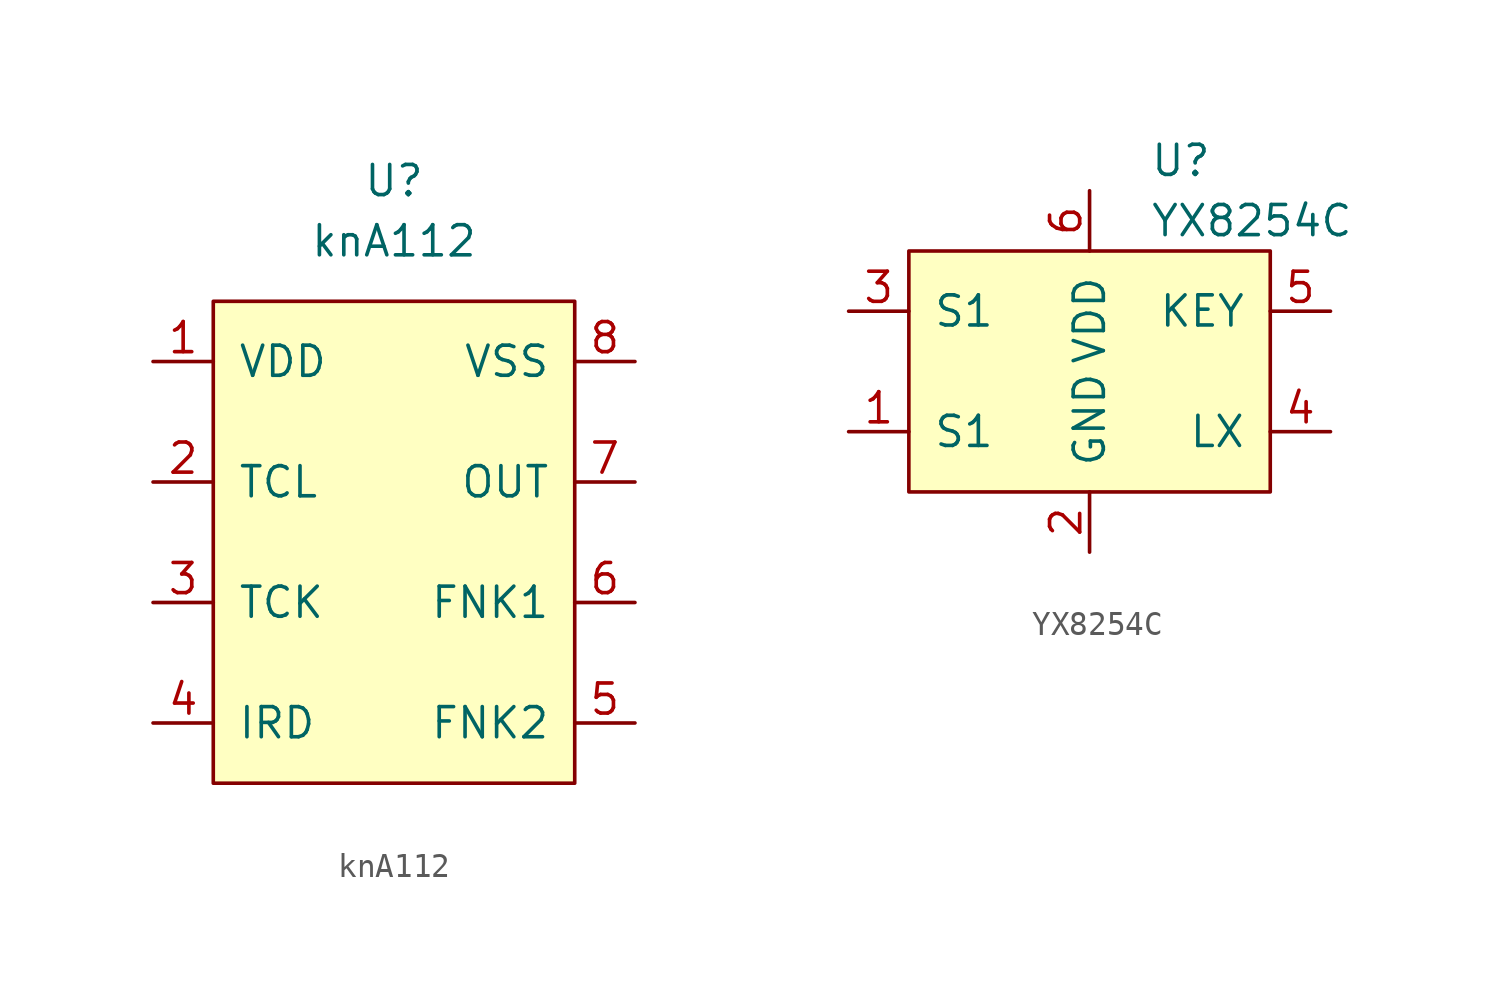
<source format=kicad_sym>
(kicad_symbol_lib
  (version 20231120)
  (generator "kicad_symbol_editor")
  (generator_version "8.0")
  (symbol "knA112"
    (pin_names
      (offset 1.016))
    (property "Reference" "U"
      (at 0 15.24 0)
      (effects (font (size 1.27 1.27))))
    (property "Value" "knA112"
      (at 0 12.7 0)
      (effects (font (size 1.27 1.27))))
    (symbol "knA112_0_1"
      (rectangle (start -7.62 10.16) (end 7.62 -10.16) (stroke (width 0) (type default)) (fill (type background))))
    (symbol "knA112_1_1"
      (pin power_in line (at -10.16 7.62 0) (length 2.54) (name "VDD" (effects (font (size 1.27 1.27)))) (number "1" (effects (font (size 1.27 1.27)))))
      (pin output line (at -10.16 2.54 0) (length 2.54) (name "TCL" (effects (font (size 1.27 1.27)))) (number "2" (effects (font (size 1.27 1.27)))))
      (pin input line (at -10.16 -2.54 0) (length 2.54) (name "TCK" (effects (font (size 1.27 1.27)))) (number "3" (effects (font (size 1.27 1.27)))))
      (pin input line (at -10.16 -7.62 0) (length 2.54) (name "IRD" (effects (font (size 1.27 1.27)))) (number "4" (effects (font (size 1.27 1.27)))))
      (pin input line (at 10.16 -7.62 180) (length 2.54) (name "FNK2" (effects (font (size 1.27 1.27)))) (number "5" (effects (font (size 1.27 1.27)))))
      (pin input line (at 10.16 -2.54 180) (length 2.54) (name "FNK1" (effects (font (size 1.27 1.27)))) (number "6" (effects (font (size 1.27 1.27)))))
      (pin output line (at 10.16 2.54 180) (length 2.54) (name "OUT" (effects (font (size 1.27 1.27)))) (number "7" (effects (font (size 1.27 1.27)))))
      (pin power_in line (at 10.16 7.62 180) (length 2.54) (name "VSS" (effects (font (size 1.27 1.27)))) (number "8" (effects (font (size 1.27 1.27)))))))
  (symbol "YX8254C"
    (pin_names
      (offset 1.016))
    (property "Reference" "U"
      (at 2.54 8.89 0)
      (effects (font (size 1.27 1.27)) (justify left)))
    (property "Value" "YX8254C"
      (at 2.54 6.35 0)
      (effects (font (size 1.27 1.27)) (justify left)))
    (symbol "YX8254C_0_1"
      (rectangle (start -7.62 5.08) (end 7.62 -5.08) (stroke (width 0) (type default)) (fill (type background))))
    (symbol "YX8254C_1_1"
      (pin input line (at -10.16 -2.54 0) (length 2.54) (name "S1" (effects (font (size 1.27 1.27)))) (number "1" (effects (font (size 1.27 1.27)))))
      (pin power_in line (at 0 -7.62 90) (length 2.54) (name "GND" (effects (font (size 1.27 1.27)))) (number "2" (effects (font (size 1.27 1.27)))))
      (pin input line (at -10.16 2.54 0) (length 2.54) (name "S1" (effects (font (size 1.27 1.27)))) (number "3" (effects (font (size 1.27 1.27)))))
      (pin output line (at 10.16 -2.54 180) (length 2.54) (name "LX" (effects (font (size 1.27 1.27)))) (number "4" (effects (font (size 1.27 1.27)))))
      (pin input line (at 10.16 2.54 180) (length 2.54) (name "KEY" (effects (font (size 1.27 1.27)))) (number "5" (effects (font (size 1.27 1.27)))))
      (pin power_in line (at 0 7.62 270) (length 2.54) (name "VDD" (effects (font (size 1.27 1.27)))) (number "6" (effects (font (size 1.27 1.27))))))))
</source>
